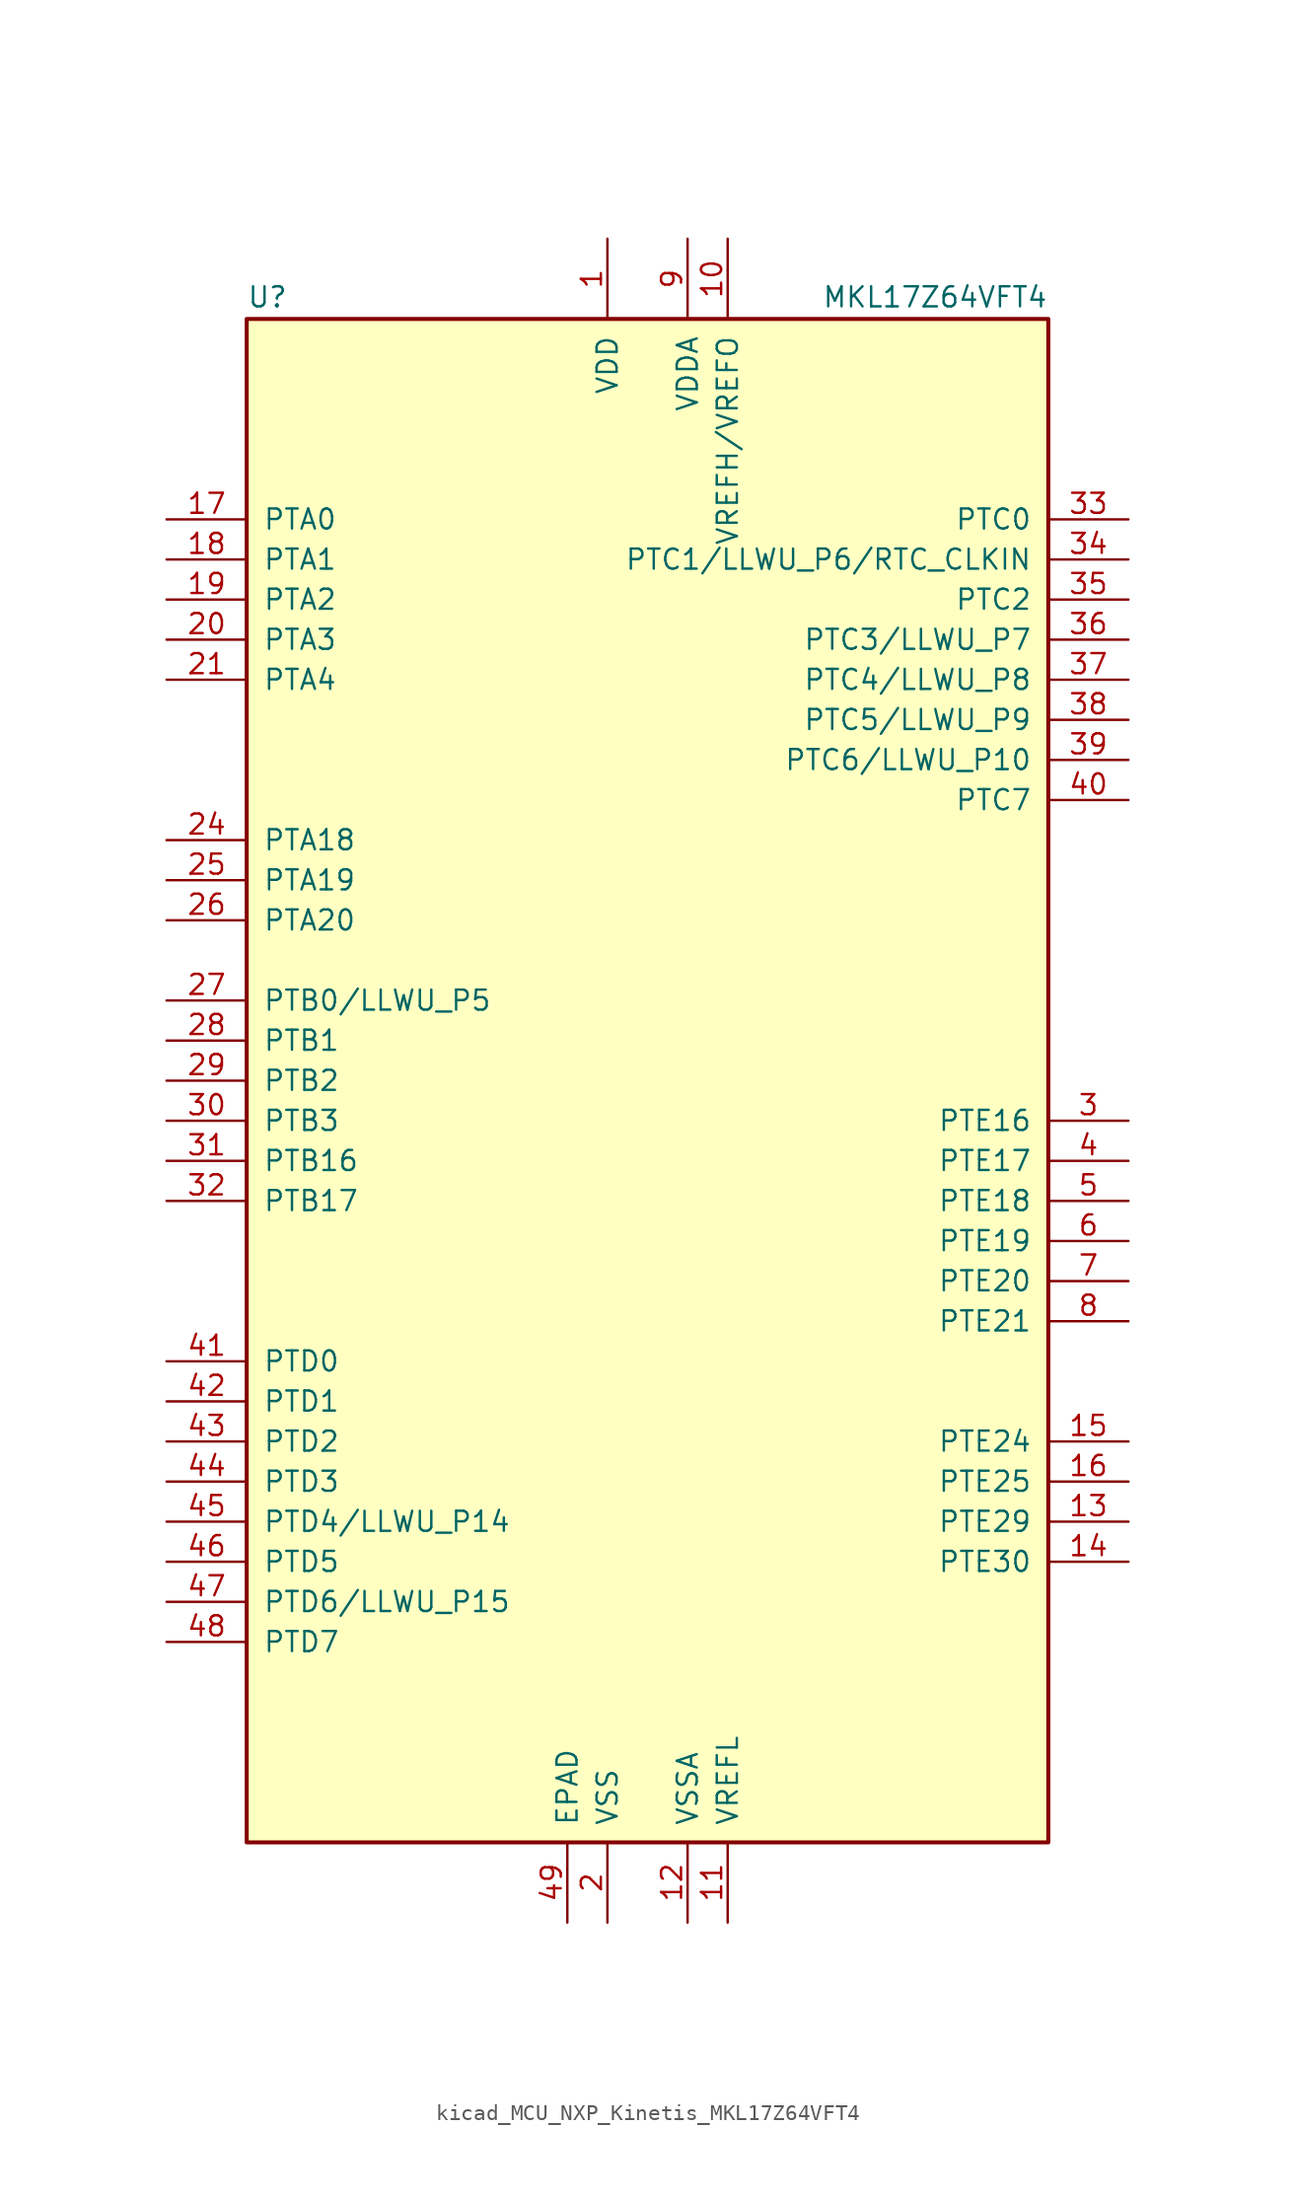
<source format=kicad_sym>
(kicad_symbol_lib
  (version 20220914)
  (generator kicad_symbol_editor)
  (symbol "kicad_MCU_NXP_Kinetis_MKL17Z64VFT4"
    (pin_names
      (offset 1.016))
    (property "Reference" "U"
      (at -25.4 48.895 0)
      (effects (font (size 1.27 1.27)) (justify left bottom)))
    (property "Value" "MKL17Z64VFT4"
      (at 25.4 48.895 0)
      (effects (font (size 1.27 1.27)) (justify right bottom)))
    (symbol "kicad_MCU_NXP_Kinetis_MKL17Z64VFT4_0_1"
      (rectangle (start -25.4 48.26) (end 25.4 -48.26) (stroke (width 0.254) (type default)) (fill (type background))))
    (symbol "kicad_MCU_NXP_Kinetis_MKL17Z64VFT4_1_1"
      (pin power_in line (at -2.54 53.34 270) (length 5.08) (name "VDD" (effects (font (size 1.27 1.27)))) (number "1" (effects (font (size 1.27 1.27)))))
      (pin power_in line (at 5.08 53.34 270) (length 5.08) (name "VREFH/VREFO" (effects (font (size 1.27 1.27)))) (number "10" (effects (font (size 1.27 1.27)))))
      (pin power_in line (at 5.08 -53.34 90) (length 5.08) (name "VREFL" (effects (font (size 1.27 1.27)))) (number "11" (effects (font (size 1.27 1.27)))))
      (pin power_in line (at 2.54 -53.34 90) (length 5.08) (name "VSSA" (effects (font (size 1.27 1.27)))) (number "12" (effects (font (size 1.27 1.27)))))
      (pin bidirectional line (at 30.48 -27.94 180) (length 5.08) (name "PTE29" (effects (font (size 1.27 1.27)))) (number "13" (effects (font (size 1.27 1.27)))))
      (pin bidirectional line (at 30.48 -30.48 180) (length 5.08) (name "PTE30" (effects (font (size 1.27 1.27)))) (number "14" (effects (font (size 1.27 1.27)))))
      (pin bidirectional line (at 30.48 -22.86 180) (length 5.08) (name "PTE24" (effects (font (size 1.27 1.27)))) (number "15" (effects (font (size 1.27 1.27)))))
      (pin bidirectional line (at 30.48 -25.4 180) (length 5.08) (name "PTE25" (effects (font (size 1.27 1.27)))) (number "16" (effects (font (size 1.27 1.27)))))
      (pin bidirectional line (at -30.48 35.56 0) (length 5.08) (name "PTA0" (effects (font (size 1.27 1.27)))) (number "17" (effects (font (size 1.27 1.27)))))
      (pin bidirectional line (at -30.48 33.02 0) (length 5.08) (name "PTA1" (effects (font (size 1.27 1.27)))) (number "18" (effects (font (size 1.27 1.27)))))
      (pin bidirectional line (at -30.48 30.48 0) (length 5.08) (name "PTA2" (effects (font (size 1.27 1.27)))) (number "19" (effects (font (size 1.27 1.27)))))
      (pin power_in line (at -2.54 -53.34 90) (length 5.08) (name "VSS" (effects (font (size 1.27 1.27)))) (number "2" (effects (font (size 1.27 1.27)))))
      (pin bidirectional line (at -30.48 27.94 0) (length 5.08) (name "PTA3" (effects (font (size 1.27 1.27)))) (number "20" (effects (font (size 1.27 1.27)))))
      (pin bidirectional line (at -30.48 25.4 0) (length 5.08) (name "PTA4" (effects (font (size 1.27 1.27)))) (number "21" (effects (font (size 1.27 1.27)))))
      (pin passive line (at -2.54 53.34 270) (length 5.08) hide (name "VDD" (effects (font (size 1.27 1.27)))) (number "22" (effects (font (size 1.27 1.27)))))
      (pin passive line (at -2.54 -53.34 90) (length 5.08) hide (name "VSS" (effects (font (size 1.27 1.27)))) (number "23" (effects (font (size 1.27 1.27)))))
      (pin bidirectional line (at -30.48 15.24 0) (length 5.08) (name "PTA18" (effects (font (size 1.27 1.27)))) (number "24" (effects (font (size 1.27 1.27)))))
      (pin bidirectional line (at -30.48 12.7 0) (length 5.08) (name "PTA19" (effects (font (size 1.27 1.27)))) (number "25" (effects (font (size 1.27 1.27)))))
      (pin bidirectional line (at -30.48 10.16 0) (length 5.08) (name "PTA20" (effects (font (size 1.27 1.27)))) (number "26" (effects (font (size 1.27 1.27)))))
      (pin bidirectional line (at -30.48 5.08 0) (length 5.08) (name "PTB0/LLWU_P5" (effects (font (size 1.27 1.27)))) (number "27" (effects (font (size 1.27 1.27)))))
      (pin bidirectional line (at -30.48 2.54 0) (length 5.08) (name "PTB1" (effects (font (size 1.27 1.27)))) (number "28" (effects (font (size 1.27 1.27)))))
      (pin bidirectional line (at -30.48 0 0) (length 5.08) (name "PTB2" (effects (font (size 1.27 1.27)))) (number "29" (effects (font (size 1.27 1.27)))))
      (pin bidirectional line (at 30.48 -2.54 180) (length 5.08) (name "PTE16" (effects (font (size 1.27 1.27)))) (number "3" (effects (font (size 1.27 1.27)))))
      (pin bidirectional line (at -30.48 -2.54 0) (length 5.08) (name "PTB3" (effects (font (size 1.27 1.27)))) (number "30" (effects (font (size 1.27 1.27)))))
      (pin bidirectional line (at -30.48 -5.08 0) (length 5.08) (name "PTB16" (effects (font (size 1.27 1.27)))) (number "31" (effects (font (size 1.27 1.27)))))
      (pin bidirectional line (at -30.48 -7.62 0) (length 5.08) (name "PTB17" (effects (font (size 1.27 1.27)))) (number "32" (effects (font (size 1.27 1.27)))))
      (pin bidirectional line (at 30.48 35.56 180) (length 5.08) (name "PTC0" (effects (font (size 1.27 1.27)))) (number "33" (effects (font (size 1.27 1.27)))))
      (pin bidirectional line (at 30.48 33.02 180) (length 5.08) (name "PTC1/LLWU_P6/RTC_CLKIN" (effects (font (size 1.27 1.27)))) (number "34" (effects (font (size 1.27 1.27)))))
      (pin bidirectional line (at 30.48 30.48 180) (length 5.08) (name "PTC2" (effects (font (size 1.27 1.27)))) (number "35" (effects (font (size 1.27 1.27)))))
      (pin bidirectional line (at 30.48 27.94 180) (length 5.08) (name "PTC3/LLWU_P7" (effects (font (size 1.27 1.27)))) (number "36" (effects (font (size 1.27 1.27)))))
      (pin bidirectional line (at 30.48 25.4 180) (length 5.08) (name "PTC4/LLWU_P8" (effects (font (size 1.27 1.27)))) (number "37" (effects (font (size 1.27 1.27)))))
      (pin bidirectional line (at 30.48 22.86 180) (length 5.08) (name "PTC5/LLWU_P9" (effects (font (size 1.27 1.27)))) (number "38" (effects (font (size 1.27 1.27)))))
      (pin bidirectional line (at 30.48 20.32 180) (length 5.08) (name "PTC6/LLWU_P10" (effects (font (size 1.27 1.27)))) (number "39" (effects (font (size 1.27 1.27)))))
      (pin bidirectional line (at 30.48 -5.08 180) (length 5.08) (name "PTE17" (effects (font (size 1.27 1.27)))) (number "4" (effects (font (size 1.27 1.27)))))
      (pin bidirectional line (at 30.48 17.78 180) (length 5.08) (name "PTC7" (effects (font (size 1.27 1.27)))) (number "40" (effects (font (size 1.27 1.27)))))
      (pin bidirectional line (at -30.48 -17.78 0) (length 5.08) (name "PTD0" (effects (font (size 1.27 1.27)))) (number "41" (effects (font (size 1.27 1.27)))))
      (pin bidirectional line (at -30.48 -20.32 0) (length 5.08) (name "PTD1" (effects (font (size 1.27 1.27)))) (number "42" (effects (font (size 1.27 1.27)))))
      (pin bidirectional line (at -30.48 -22.86 0) (length 5.08) (name "PTD2" (effects (font (size 1.27 1.27)))) (number "43" (effects (font (size 1.27 1.27)))))
      (pin bidirectional line (at -30.48 -25.4 0) (length 5.08) (name "PTD3" (effects (font (size 1.27 1.27)))) (number "44" (effects (font (size 1.27 1.27)))))
      (pin bidirectional line (at -30.48 -27.94 0) (length 5.08) (name "PTD4/LLWU_P14" (effects (font (size 1.27 1.27)))) (number "45" (effects (font (size 1.27 1.27)))))
      (pin bidirectional line (at -30.48 -30.48 0) (length 5.08) (name "PTD5" (effects (font (size 1.27 1.27)))) (number "46" (effects (font (size 1.27 1.27)))))
      (pin bidirectional line (at -30.48 -33.02 0) (length 5.08) (name "PTD6/LLWU_P15" (effects (font (size 1.27 1.27)))) (number "47" (effects (font (size 1.27 1.27)))))
      (pin bidirectional line (at -30.48 -35.56 0) (length 5.08) (name "PTD7" (effects (font (size 1.27 1.27)))) (number "48" (effects (font (size 1.27 1.27)))))
      (pin power_in line (at -5.08 -53.34 90) (length 5.08) (name "EPAD" (effects (font (size 1.27 1.27)))) (number "49" (effects (font (size 1.27 1.27)))))
      (pin bidirectional line (at 30.48 -7.62 180) (length 5.08) (name "PTE18" (effects (font (size 1.27 1.27)))) (number "5" (effects (font (size 1.27 1.27)))))
      (pin bidirectional line (at 30.48 -10.16 180) (length 5.08) (name "PTE19" (effects (font (size 1.27 1.27)))) (number "6" (effects (font (size 1.27 1.27)))))
      (pin bidirectional line (at 30.48 -12.7 180) (length 5.08) (name "PTE20" (effects (font (size 1.27 1.27)))) (number "7" (effects (font (size 1.27 1.27)))))
      (pin bidirectional line (at 30.48 -15.24 180) (length 5.08) (name "PTE21" (effects (font (size 1.27 1.27)))) (number "8" (effects (font (size 1.27 1.27)))))
      (pin power_in line (at 2.54 53.34 270) (length 5.08) (name "VDDA" (effects (font (size 1.27 1.27)))) (number "9" (effects (font (size 1.27 1.27))))))))
</source>
